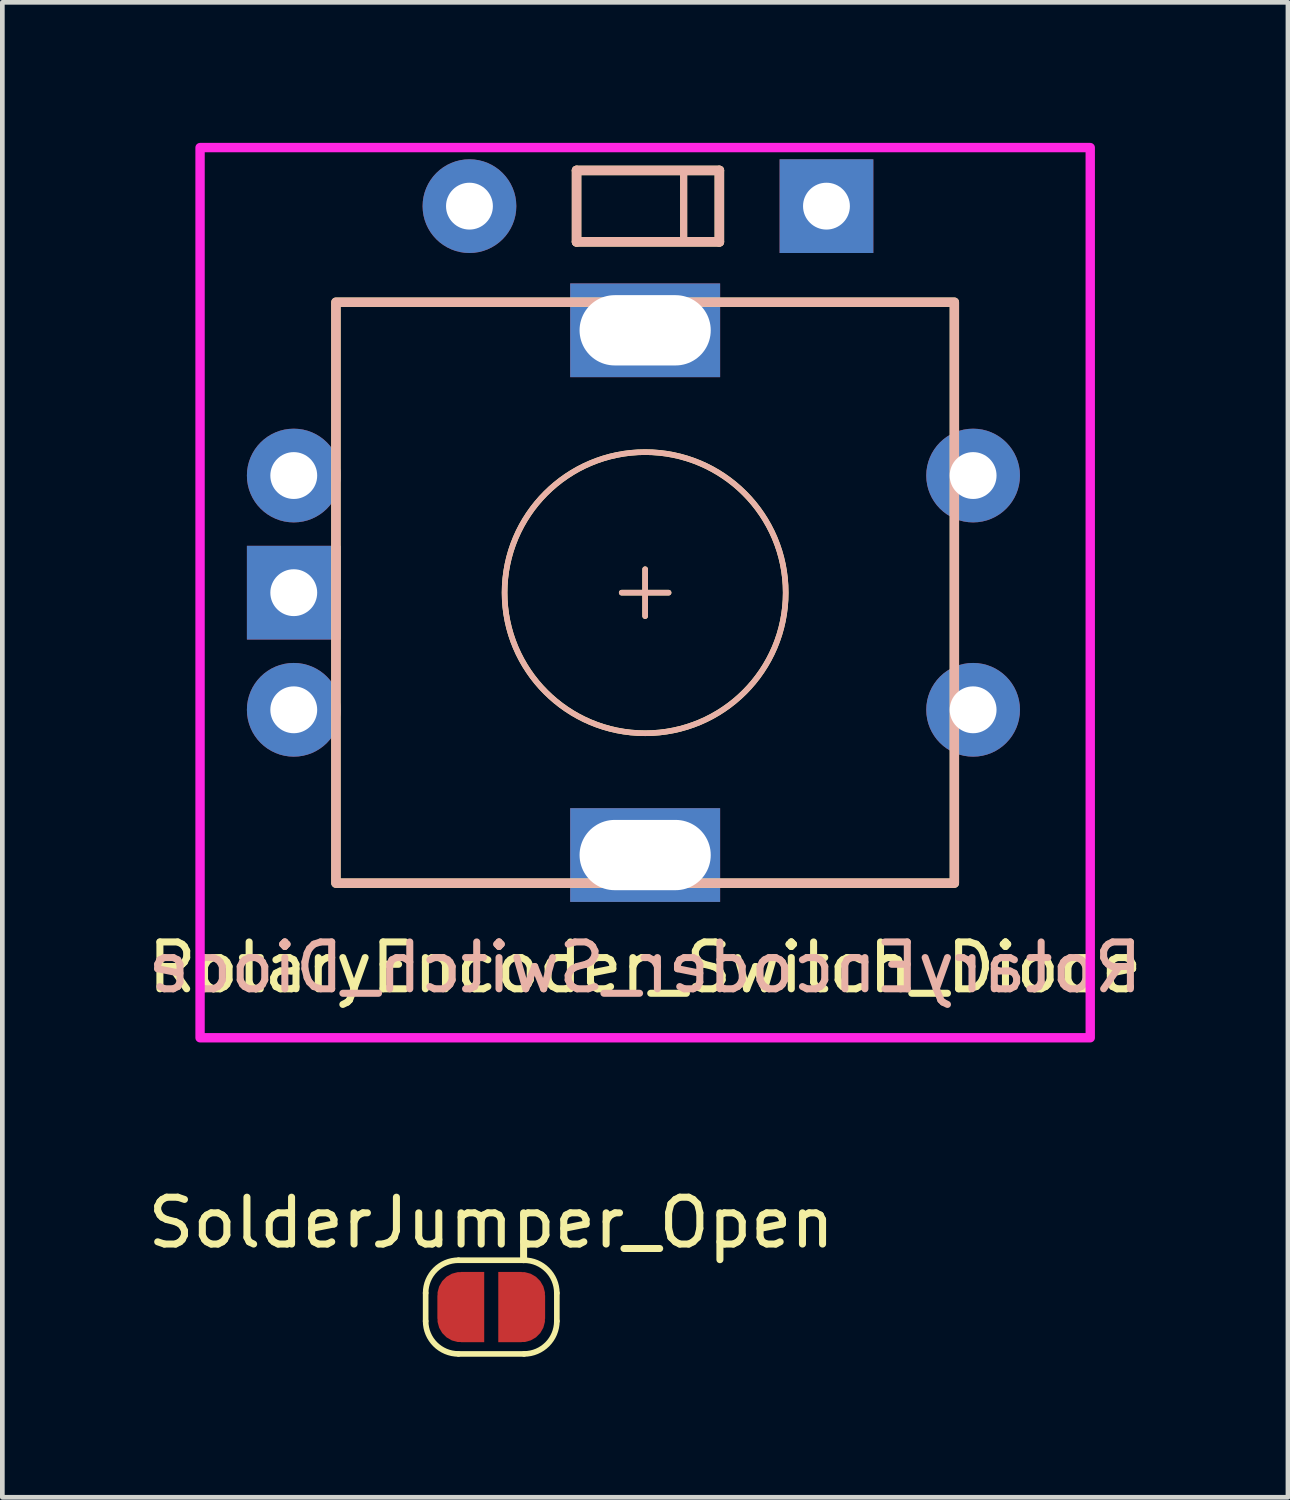
<source format=kicad_pcb>
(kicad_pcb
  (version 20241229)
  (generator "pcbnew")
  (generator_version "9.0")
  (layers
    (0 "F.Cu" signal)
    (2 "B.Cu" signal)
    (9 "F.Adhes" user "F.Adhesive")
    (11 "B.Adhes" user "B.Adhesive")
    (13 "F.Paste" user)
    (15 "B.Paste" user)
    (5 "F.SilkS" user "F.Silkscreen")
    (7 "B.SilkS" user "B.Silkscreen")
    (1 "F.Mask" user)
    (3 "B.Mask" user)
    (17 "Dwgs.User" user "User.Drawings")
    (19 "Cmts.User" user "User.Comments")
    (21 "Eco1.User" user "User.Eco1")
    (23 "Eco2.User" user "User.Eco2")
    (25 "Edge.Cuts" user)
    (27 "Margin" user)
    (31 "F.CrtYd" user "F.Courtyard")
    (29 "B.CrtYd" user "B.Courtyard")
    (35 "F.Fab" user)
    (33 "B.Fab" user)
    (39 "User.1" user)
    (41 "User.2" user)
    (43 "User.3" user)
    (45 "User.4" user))
  (footprint "RotaryEncoder_Switch_Diode"
    (layer "F.Cu")
    (at 10.72 9.6)
    (property "Reference" "RotaryEncoder_Switch_Diode" (at 0 8 0) (layer "F.SilkS") (effects (font (size 1 1) (thickness 0.15))))
    (attr through_hole)
    (fp_line (start -1.464 -9.012) (end 1.584 -9.012) (stroke (width 0.203) (type solid)) (layer "F.SilkS"))
    (fp_line (start -1.464 -7.488) (end -1.464 -9.012) (stroke (width 0.203) (type solid)) (layer "F.SilkS"))
    (fp_line (start -0.5 0) (end 0.5 0) (stroke (width 0.12) (type solid)) (layer "F.SilkS"))
    (fp_line (start 0 -0.5) (end 0 0.5) (stroke (width 0.12) (type solid)) (layer "F.SilkS"))
    (fp_line (start 0.822 -7.488) (end 0.822 -9.012) (stroke (width 0.15) (type solid)) (layer "F.SilkS"))
    (fp_line (start 1.584 -9.012) (end 1.584 -7.488) (stroke (width 0.203) (type solid)) (layer "F.SilkS"))
    (fp_line (start 1.584 -7.488) (end -1.464 -7.488) (stroke (width 0.203) (type solid)) (layer "F.SilkS"))
    (fp_rect (start -6.6 -6.2) (end 6.6 6.2) (stroke (width 0.2) (type solid)) (fill no) (layer "F.SilkS"))
    (fp_circle (center 0 0) (end 3 0) (stroke (width 0.12) (type solid)) (fill no) (layer "F.SilkS"))
    (fp_line (start -1.464 -9.012) (end -1.464 -7.488) (stroke (width 0.203) (type solid)) (layer "B.SilkS"))
    (fp_line (start -1.464 -7.488) (end 1.584 -7.488) (stroke (width 0.203) (type solid)) (layer "B.SilkS"))
    (fp_line (start -0.5 0) (end 0.5 0) (stroke (width 0.12) (type solid)) (layer "B.SilkS"))
    (fp_line (start 0 -0.5) (end 0 0.5) (stroke (width 0.12) (type solid)) (layer "B.SilkS"))
    (fp_line (start 0.822 -7.488) (end 0.822 -9.012) (stroke (width 0.15) (type solid)) (layer "B.SilkS"))
    (fp_line (start 1.584 -9.012) (end -1.464 -9.012) (stroke (width 0.203) (type solid)) (layer "B.SilkS"))
    (fp_line (start 1.584 -7.488) (end 1.584 -9.012) (stroke (width 0.203) (type solid)) (layer "B.SilkS"))
    (fp_rect (start -6.6 -6.2) (end 6.6 6.2) (stroke (width 0.2) (type solid)) (fill no) (layer "B.SilkS"))
    (fp_circle (center 0 0) (end 3 0) (stroke (width 0.12) (type solid)) (fill no) (layer "B.SilkS"))
    (fp_rect (start -9.5 -9.5) (end 9.5 9.5) (stroke (width 0.2) (type solid)) (fill no) (layer "F.CrtYd"))
    (fp_text user "${REFERENCE}" (at 0 8 0) (layer "B.SilkS") (effects (font (size 1 1) (thickness 0.15)) (justify mirror)))
    (pad "1" thru_hole circle (at 7 2.5) (size 2 2) (drill 1) (layers "*.Cu" "*.Mask"))
    (pad "2" thru_hole circle (at 7 -2.5) (size 2 2) (drill 1) (layers "*.Cu" "*.Mask"))
    (pad "3" thru_hole circle (at -3.75 -8.25) (size 2 2) (drill 1) (layers "*.Cu" "*.Mask"))
    (pad "4" thru_hole rect (at 3.87 -8.25) (size 2 2) (drill 1) (layers "*.Cu" "*.Mask"))
    (pad "A" thru_hole circle (at -7.5 -2.5) (size 2 2) (drill 1) (layers "*.Cu" "*.Mask"))
    (pad "B" thru_hole circle (at -7.5 2.5) (size 2 2) (drill 1) (layers "*.Cu" "*.Mask"))
    (pad "C" thru_hole rect (at -7.5 0) (size 2 2) (drill 1) (layers "*.Cu" "*.Mask"))
    (pad "MP" thru_hole rect (at 0 -5.6) (size 3.2 2) (drill oval 2.8 1.5) (layers "*.Cu" "*.Mask"))
    (pad "MP" thru_hole rect (at 0 5.6) (size 3.2 2) (drill oval 2.8 1.5) (layers "*.Cu" "*.Mask")))
  (footprint "SolderJumper_Open"
    (layer "F.Cu")
    (at 7.435 24.848)
    (property "Reference" "SolderJumper_Open" (at 0 -1.8 0) (layer "F.SilkS") (effects (font (size 1 1) (thickness 0.15))))
    (attr exclude_from_pos_files exclude_from_bom)
    (fp_line (start -1.4 0.3) (end -1.4 -0.3) (stroke (width 0.12) (type solid)) (layer "F.SilkS"))
    (fp_line (start -0.7 -1) (end 0.7 -1) (stroke (width 0.12) (type solid)) (layer "F.SilkS"))
    (fp_line (start 0.7 1) (end -0.7 1) (stroke (width 0.12) (type solid)) (layer "F.SilkS"))
    (fp_line (start 1.4 -0.3) (end 1.4 0.3) (stroke (width 0.12) (type solid)) (layer "F.SilkS"))
    (fp_arc (start -1.4 -0.3) (mid -1.194975 -0.794975) (end -0.7 -1) (stroke (width 0.12) (type solid)) (layer "F.SilkS"))
    (fp_arc (start -0.7 1) (mid -1.194975 0.794975) (end -1.4 0.3) (stroke (width 0.12) (type solid)) (layer "F.SilkS"))
    (fp_arc (start 0.7 -1) (mid 1.194975 -0.794975) (end 1.4 -0.3) (stroke (width 0.12) (type solid)) (layer "F.SilkS"))
    (fp_arc (start 1.4 0.3) (mid 1.194975 0.794975) (end 0.7 1) (stroke (width 0.12) (type solid)) (layer "F.SilkS"))
    (pad "1" smd custom (at -0.65 0) (size 1 0.5) (layers "*.Mask" "F.Cu") (options (anchor rect)) (primitives (gr_circle (center 0 0.25) (end 0.5 0.25) (width 0) (fill yes)) (gr_circle (center 0 -0.25) (end 0.5 -0.25) (width 0) (fill yes)) (gr_poly (pts (xy 0.5 0.75) (xy 0 0.75) (xy 0 -0.75) (xy 0.5 -0.75)) (width 0) (fill yes))))
    (pad "2" smd custom (at 0.65 0) (size 1 0.5) (layers "*.Mask" "F.Cu") (options (anchor rect)) (primitives (gr_circle (center 0 0.25) (end 0.5 0.25) (width 0) (fill yes)) (gr_circle (center 0 -0.25) (end 0.5 -0.25) (width 0) (fill yes)) (gr_poly (pts (xy 0 0.75) (xy -0.5 0.75) (xy -0.5 -0.75) (xy 0 -0.75)) (width 0) (fill yes)))))
  (gr_rect
    (start -3 -3)
    (end 24.44 28.908)
    (stroke (width 0.1) (type default))
    (fill no)
    (layer "Edge.Cuts")))
</source>
